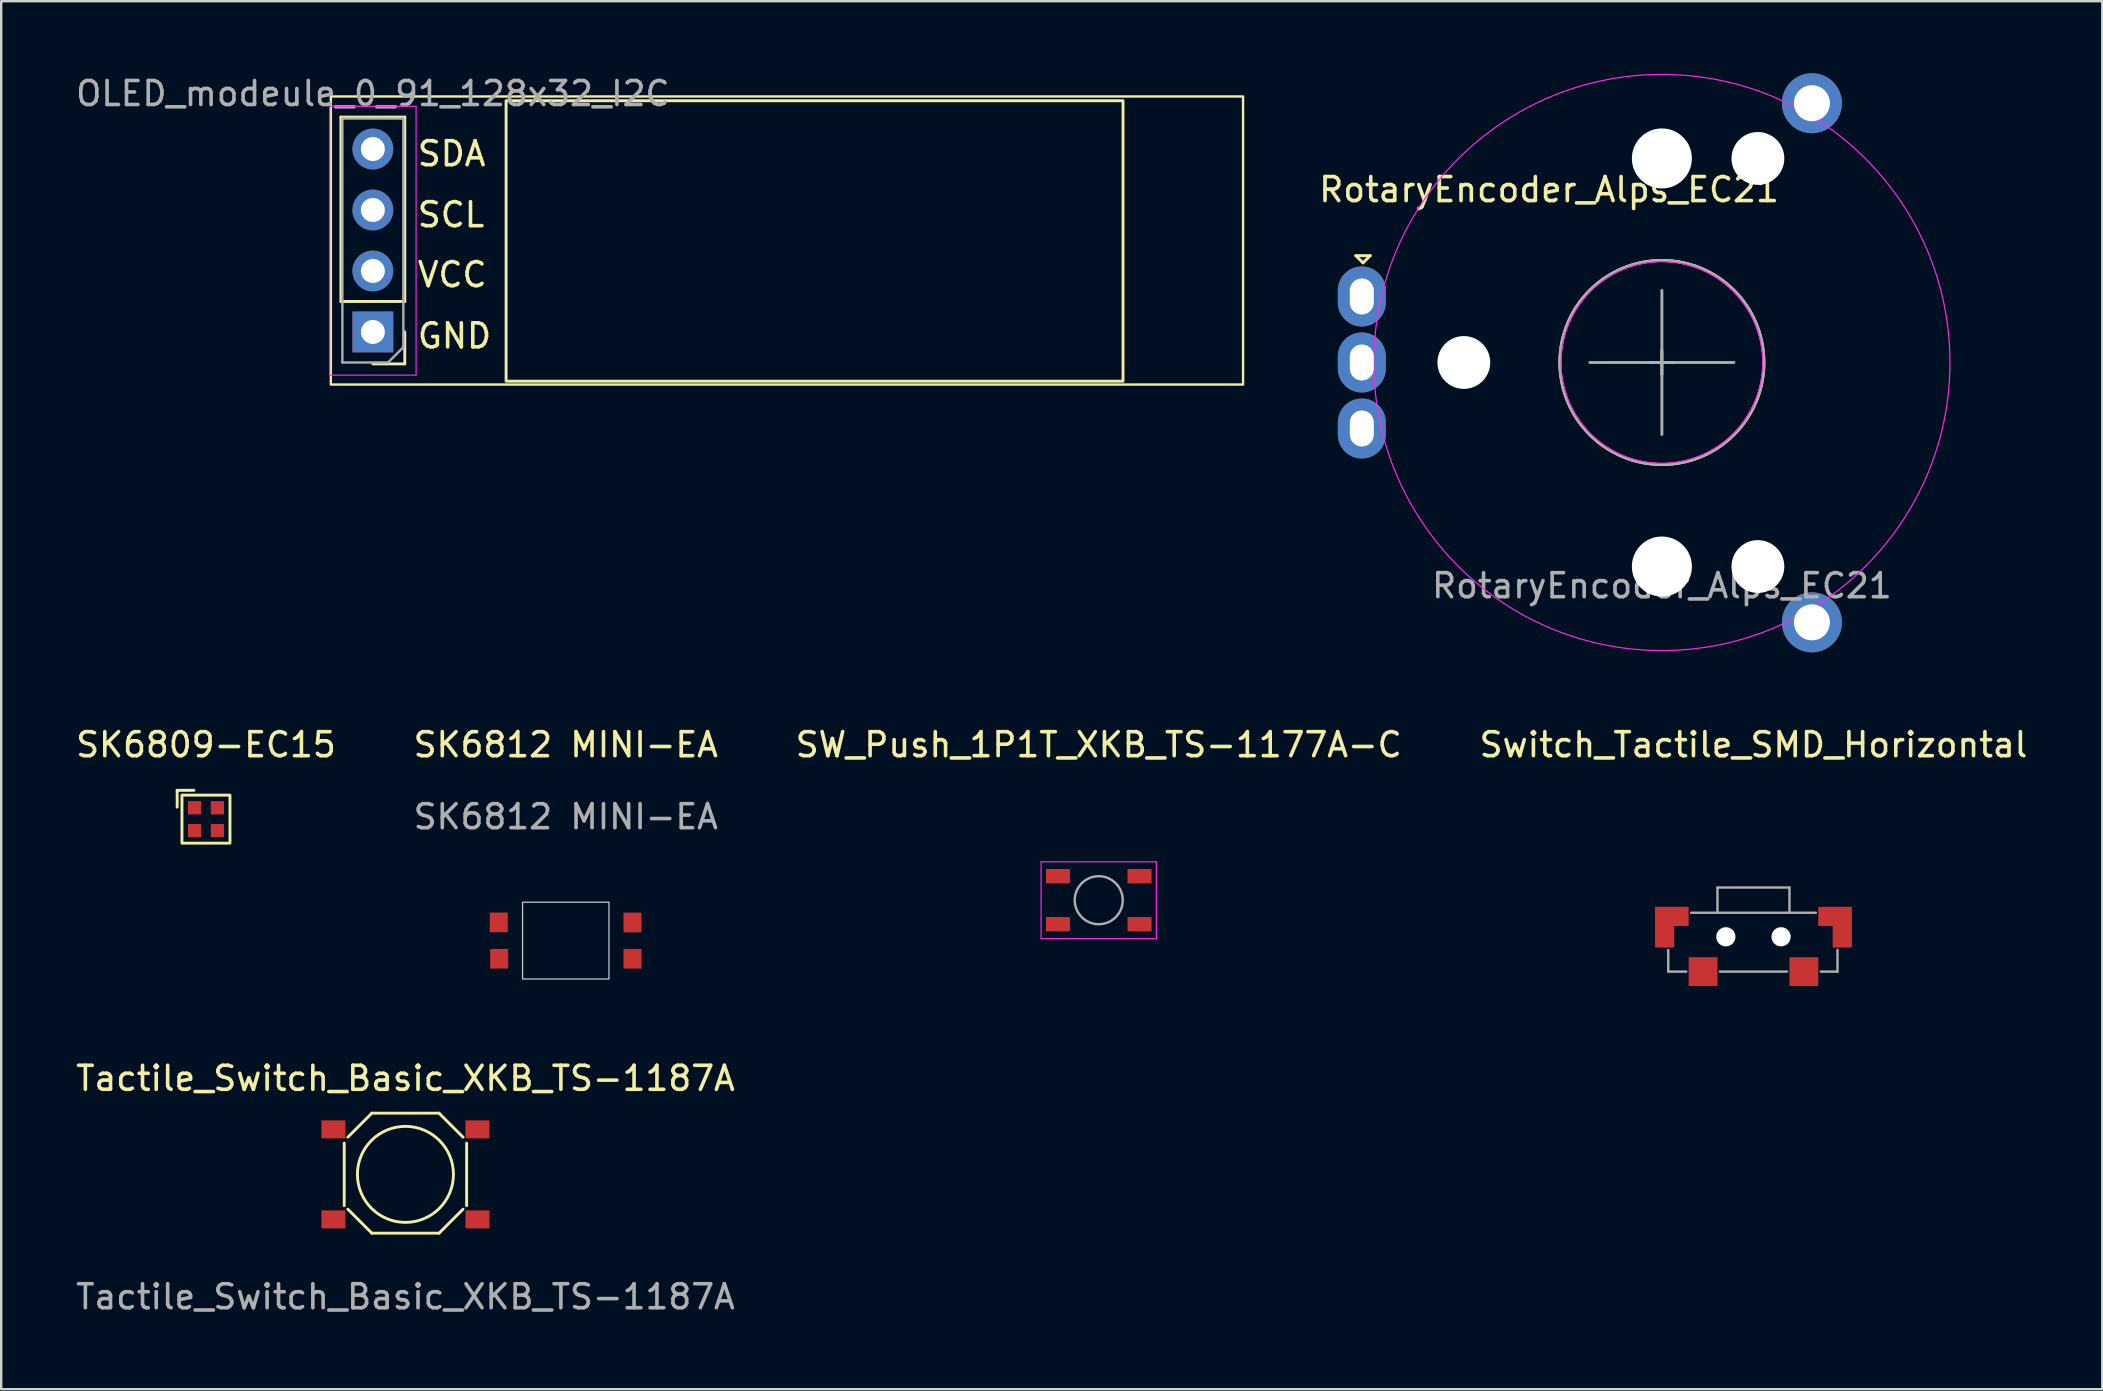
<source format=kicad_pcb>
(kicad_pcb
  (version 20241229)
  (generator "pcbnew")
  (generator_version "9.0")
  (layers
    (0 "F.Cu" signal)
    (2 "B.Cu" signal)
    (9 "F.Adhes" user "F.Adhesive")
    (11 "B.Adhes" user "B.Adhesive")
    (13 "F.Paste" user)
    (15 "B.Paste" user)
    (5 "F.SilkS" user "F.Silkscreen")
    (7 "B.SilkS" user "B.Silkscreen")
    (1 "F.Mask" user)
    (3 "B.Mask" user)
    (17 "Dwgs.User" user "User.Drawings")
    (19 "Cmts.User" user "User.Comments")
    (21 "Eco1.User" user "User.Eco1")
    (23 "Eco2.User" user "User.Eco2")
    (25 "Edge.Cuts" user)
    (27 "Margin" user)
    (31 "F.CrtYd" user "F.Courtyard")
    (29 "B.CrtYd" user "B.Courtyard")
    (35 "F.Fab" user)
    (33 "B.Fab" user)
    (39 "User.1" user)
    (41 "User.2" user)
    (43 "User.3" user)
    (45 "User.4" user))
  (footprint "OLED_modeule_0_91_128x32_I2C"
    (layer "F.Cu")
    (at 12.482 3.178)
    (property "Reference" "OLED_modeule_0_91_128x32_I2C" (at 0 -2.33 180) (layer "F.Fab") (effects (font (size 1 1) (thickness 0.15))))
    (attr through_hole)
    (fp_line (start -1.33 6.33) (end -1.33 -1.35) (stroke (width 0.12) (type solid)) (layer "F.SilkS"))
    (fp_line (start 1.33 -1.35) (end -1.33 -1.35) (stroke (width 0.12) (type solid)) (layer "F.SilkS"))
    (fp_line (start 1.33 6.33) (end -1.33 6.33) (stroke (width 0.12) (type solid)) (layer "F.SilkS"))
    (fp_line (start 1.33 6.33) (end 1.33 -1.35) (stroke (width 0.12) (type solid)) (layer "F.SilkS"))
    (fp_line (start 1.33 7.6) (end 1.33 8.93) (stroke (width 0.12) (type solid)) (layer "F.SilkS"))
    (fp_line (start 1.33 8.93) (end 0 8.93) (stroke (width 0.12) (type solid)) (layer "F.SilkS"))
    (fp_rect (start -1.75 -2.21) (end 36.25 9.79) (stroke (width 0.1) (type default)) (fill no) (layer "F.SilkS"))
    (fp_rect (start 5.55 -2.032) (end 31.25 9.652) (stroke (width 0.12) (type default)) (fill no) (layer "F.SilkS"))
    (fp_line (start -1.8 -1.8) (end -1.8 9.4) (stroke (width 0.05) (type solid)) (layer "F.CrtYd"))
    (fp_line (start -1.8 9.4) (end 1.8 9.4) (stroke (width 0.05) (type solid)) (layer "F.CrtYd"))
    (fp_line (start 1.8 -1.8) (end -1.8 -1.8) (stroke (width 0.05) (type solid)) (layer "F.CrtYd"))
    (fp_line (start 1.8 9.4) (end 1.8 -1.8) (stroke (width 0.05) (type solid)) (layer "F.CrtYd"))
    (fp_line (start -1.27 -1.29) (end 1.27 -1.29) (stroke (width 0.1) (type solid)) (layer "F.Fab"))
    (fp_line (start -1.27 8.87) (end -1.27 -1.29) (stroke (width 0.1) (type solid)) (layer "F.Fab"))
    (fp_line (start 0.635 8.87) (end -1.27 8.87) (stroke (width 0.1) (type solid)) (layer "F.Fab"))
    (fp_line (start 1.27 -1.29) (end 1.27 8.235) (stroke (width 0.1) (type solid)) (layer "F.Fab"))
    (fp_line (start 1.27 8.235) (end 0.635 8.87) (stroke (width 0.1) (type solid)) (layer "F.Fab"))
    (fp_text user "VCC" (at 1.778 5.8 0) (unlocked yes) (layer "F.SilkS") (effects (font (size 1 1) (thickness 0.15)) (justify left bottom)))
    (fp_text user "GND" (at 1.778 8.35 0) (unlocked yes) (layer "F.SilkS") (effects (font (size 1 1) (thickness 0.15)) (justify left bottom)))
    (fp_text user "SCL" (at 1.778 3.302 0) (unlocked yes) (layer "F.SilkS") (effects (font (size 1 1) (thickness 0.15)) (justify left bottom)))
    (fp_text user "SDA" (at 1.778 0.762 0) (unlocked yes) (layer "F.SilkS") (effects (font (size 1 1) (thickness 0.15)) (justify left bottom)))
    (pad "1" thru_hole rect (at 0 7.6 180) (size 1.7 1.7) (drill 1) (layers "*.Cu" "*.Mask"))
    (pad "2" thru_hole oval (at 0 5.06 180) (size 1.7 1.7) (drill 1) (layers "*.Cu" "*.Mask"))
    (pad "3" thru_hole oval (at 0 2.52 180) (size 1.7 1.7) (drill 1) (layers "*.Cu" "*.Mask"))
    (pad "4" thru_hole oval (at 0 -0.02 180) (size 1.7 1.7) (drill 1) (layers "*.Cu" "*.Mask")))
  (footprint "SW_Push_1P1T_XKB_TS-1177A-C"
    (layer "F.Cu")
    (at 42.72 34.45)
    (property "Reference" "SW_Push_1P1T_XKB_TS-1177A-C" (at 0 -6.477 0) (layer "F.SilkS") (effects (font (size 1 1) (thickness 0.15))))
    (attr smd)
    (fp_line (start -2.4 -1.6) (end 2.4 -1.6) (stroke (width 0.05) (type solid)) (layer "F.CrtYd"))
    (fp_line (start -2.4 1.6) (end -2.4 -1.6) (stroke (width 0.05) (type solid)) (layer "F.CrtYd"))
    (fp_line (start -2.4 1.6) (end 2.4 1.6) (stroke (width 0.05) (type solid)) (layer "F.CrtYd"))
    (fp_line (start 2.4 -1.6) (end 2.4 1.6) (stroke (width 0.05) (type solid)) (layer "F.CrtYd"))
    (fp_circle (center 0 0) (end 1 0) (stroke (width 0.1) (type solid)) (fill no) (layer "F.Fab"))
    (pad "1" smd rect (at -1.7 -1) (size 1 0.6) (layers "F.Cu" "F.Mask" "F.Paste"))
    (pad "1" smd rect (at 1.7 -1) (size 1 0.6) (layers "F.Cu" "F.Mask" "F.Paste"))
    (pad "2" smd rect (at -1.7 1) (size 1 0.6) (layers "F.Cu" "F.Mask" "F.Paste"))
    (pad "2" smd rect (at 1.7 1) (size 1 0.6) (layers "F.Cu" "F.Mask" "F.Paste")))
  (footprint "Switch_Tactile_SMD_Horizontal"
    (layer "F.Cu")
    (at 69.994 35.973)
    (property "Reference" "Switch_Tactile_SMD_Horizontal" (at 0 -8 0) (unlocked yes) (layer "F.SilkS") (effects (font (size 1 1) (thickness 0.15))))
    (attr smd)
    (fp_line (start -3.55 1.45) (end -3.55 0.55) (stroke (width 0.1) (type default)) (layer "F.Fab"))
    (fp_line (start -2.8 1.45) (end -3.55 1.45) (stroke (width 0.1) (type default)) (layer "F.Fab"))
    (fp_line (start -2.6 -1) (end 2.6 -1) (stroke (width 0.1) (type default)) (layer "F.Fab"))
    (fp_line (start -1.5 -2.05) (end 1.5 -2.05) (stroke (width 0.1) (type default)) (layer "F.Fab"))
    (fp_line (start -1.5 -1) (end -1.5 -2.05) (stroke (width 0.1) (type default)) (layer "F.Fab"))
    (fp_line (start -1.4 1.45) (end 1.4 1.45) (stroke (width 0.1) (type default)) (layer "F.Fab"))
    (fp_line (start 1.5 -2.05) (end 1.5 -1) (stroke (width 0.1) (type default)) (layer "F.Fab"))
    (fp_line (start 2.8 1.45) (end 3.5 1.45) (stroke (width 0.1) (type default)) (layer "F.Fab"))
    (fp_line (start 3.5 1.45) (end 3.5 0.55) (stroke (width 0.1) (type default)) (layer "F.Fab"))
    (pad "" smd custom (at -3.7 -0.85) (size 0.8 0.8) (layers "F.Cu" "F.Mask" "F.Paste") (options (anchor rect)) (primitives (gr_poly (pts (xy -0.4 -0.4) (xy 1 -0.4) (xy 1 0.4) (xy 0.4 0.4) (xy 0.4 1.3) (xy -0.4 1.3)) (width 0) (fill yes))))
    (pad "" np_thru_hole circle (at -1.15 0) (size 0.8 0.8) (drill 0.8) (layers "*.Cu" "*.Mask"))
    (pad "" np_thru_hole circle (at 1.15 0) (size 0.8 0.8) (drill 0.8) (layers "*.Cu" "*.Mask"))
    (pad "" smd custom (at 3.7 -0.85) (size 0.8 0.8) (layers "F.Cu" "F.Mask" "F.Paste") (options (anchor rect)) (primitives (gr_poly (pts (xy 0.4 -0.4) (xy -1 -0.4) (xy -1 0.4) (xy -0.4 0.4) (xy -0.4 1.3) (xy 0.4 1.3)) (width 0) (fill yes))))
    (pad "1" smd rect (at -2.1 1.45) (size 1.2 1.2) (layers "F.Cu" "F.Mask" "F.Paste"))
    (pad "2" smd rect (at 2.1 1.45) (size 1.2 1.2) (layers "F.Cu" "F.Mask" "F.Paste")))
  (footprint "RotaryEncoder_Alps_EC21"
    (layer "F.Cu")
    (at 66.179 12.05)
    (property "Reference" "RotaryEncoder_Alps_EC21" (at -4.7 -7.2 0) (layer "F.SilkS") (effects (font (size 1 1) (thickness 0.15))))
    (attr through_hole)
    (fp_line (start -12.75 -4.45) (end -12.15 -4.45) (stroke (width 0.12) (type solid)) (layer "F.SilkS"))
    (fp_line (start -12.45 -4.15) (end -12.75 -4.45) (stroke (width 0.12) (type solid)) (layer "F.SilkS"))
    (fp_line (start -12.15 -4.45) (end -12.45 -4.15) (stroke (width 0.12) (type solid)) (layer "F.SilkS"))
    (fp_line (start -0.5 0) (end 0.5 0) (stroke (width 0.12) (type solid)) (layer "F.SilkS"))
    (fp_line (start 0 -0.5) (end 0 0.5) (stroke (width 0.12) (type solid)) (layer "F.SilkS"))
    (fp_circle (center 0 0) (end 4.25 0) (stroke (width 0.12) (type solid)) (fill no) (layer "F.SilkS"))
    (fp_circle (center 0 0) (end 4.2 0) (stroke (width 0.05) (type default)) (fill no) (layer "F.CrtYd"))
    (fp_circle (center 0 0) (end 12 0) (stroke (width 0.05) (type default)) (fill no) (layer "F.CrtYd"))
    (fp_line (start -3 0) (end 3 0) (stroke (width 0.12) (type solid)) (layer "F.Fab"))
    (fp_line (start 0 -3) (end 0 3) (stroke (width 0.12) (type solid)) (layer "F.Fab"))
    (fp_circle (center 0 0) (end 4.25 0) (stroke (width 0.12) (type solid)) (fill no) (layer "F.Fab"))
    (fp_text user "${REFERENCE}" (at 0 9.3 0) (layer "F.Fab") (effects (font (size 1 1) (thickness 0.15))))
    (pad "" np_thru_hole circle (at -8.25 0) (size 2.2 2.2) (drill 2.2) (layers "*.Cu" "*.Mask"))
    (pad "" np_thru_hole circle (at 0 -8.5) (size 2.5 2.5) (drill 2.5) (layers "*.Cu" "*.Mask"))
    (pad "" np_thru_hole circle (at 0 8.5) (size 2.5 2.5) (drill 2.5) (layers "*.Cu" "*.Mask"))
    (pad "" np_thru_hole circle (at 4 -8.5) (size 2.2 2.2) (drill 2.2) (layers "*.Cu" "*.Mask"))
    (pad "" np_thru_hole circle (at 4 8.5) (size 2.2 2.2) (drill 2.2) (layers "*.Cu" "*.Mask"))
    (pad "" thru_hole circle (at 6.25 -10.8) (size 2.5 2.5) (drill 1.5) (layers "*.Cu" "*.Mask"))
    (pad "" thru_hole circle (at 6.25 10.825) (size 2.5 2.5) (drill 1.5) (layers "*.Cu" "*.Mask"))
    (pad "A" thru_hole oval (at -12.5 -2.75) (size 2 2.5) (drill oval 1 1.5) (layers "*.Cu" "*.Mask"))
    (pad "B" thru_hole oval (at -12.5 2.75) (size 2 2.5) (drill oval 1 1.5) (layers "*.Cu" "*.Mask"))
    (pad "C" thru_hole oval (at -12.5 0) (size 2 2.5) (drill oval 1 1.5) (layers "*.Cu" "*.Mask")))
  (footprint "SK6812 MINI-EA"
    (layer "F.Cu")
    (at 20.518 36.133)
    (property "Reference" "SK6812 MINI-EA" (at 0 -8.16 0) (unlocked yes) (layer "F.SilkS") (effects (font (size 1 1) (thickness 0.15))))
    (attr smd)
    (fp_rect (start -1.8 -1.6) (end 1.8 1.6) (stroke (width 0.05) (type default)) (fill no) (layer "Edge.Cuts"))
    (fp_text user "${REFERENCE}" (at 0 -5.16 0) (unlocked yes) (layer "F.Fab") (effects (font (size 1 1) (thickness 0.15))))
    (pad "1" smd rect (at -2.775 0.755) (size 0.75 0.82) (layers "F.Cu" "F.Mask" "F.Paste"))
    (pad "2" smd rect (at 2.78 0.755) (size 0.75 0.82) (layers "F.Cu" "F.Mask" "F.Paste"))
    (pad "3" smd rect (at 2.78 -0.755) (size 0.75 0.82) (layers "F.Cu" "F.Mask" "F.Paste"))
    (pad "4" smd rect (at -2.79 -0.76) (size 0.75 0.82) (layers "F.Cu" "F.Mask" "F.Paste")))
  (footprint "Tactile_Switch_Basic_XKB_TS-1187A"
    (layer "F.Cu")
    (at 13.839 45.871)
    (property "Reference" "Tactile_Switch_Basic_XKB_TS-1187A" (at 0 -4 0) (unlocked yes) (layer "F.SilkS") (effects (font (size 1 1) (thickness 0.15))))
    (attr smd)
    (fp_line (start -2.55 -1.3) (end -2.55 1.3) (stroke (width 0.12) (type default)) (layer "F.SilkS"))
    (fp_line (start -2.4 -1.55) (end -1.4 -2.55) (stroke (width 0.12) (type default)) (layer "F.SilkS"))
    (fp_line (start -2.4 1.45) (end -1.4 2.45) (stroke (width 0.12) (type default)) (layer "F.SilkS"))
    (fp_line (start -1.4 -2.55) (end 1.4 -2.55) (stroke (width 0.12) (type default)) (layer "F.SilkS"))
    (fp_line (start -1.4 2.45) (end 1.4 2.45) (stroke (width 0.12) (type default)) (layer "F.SilkS"))
    (fp_line (start 1.4 -2.55) (end 2.4 -1.55) (stroke (width 0.12) (type default)) (layer "F.SilkS"))
    (fp_line (start 1.4 2.45) (end 2.4 1.45) (stroke (width 0.12) (type default)) (layer "F.SilkS"))
    (fp_line (start 2.55 -1.3) (end 2.55 1.3) (stroke (width 0.12) (type default)) (layer "F.SilkS"))
    (fp_circle (center 0 0) (end 2 0) (stroke (width 0.12) (type default)) (fill no) (layer "F.SilkS"))
    (fp_text user "${REFERENCE}" (at 0 5.1 0) (unlocked yes) (layer "F.Fab") (effects (font (size 1 1) (thickness 0.15))))
    (pad "1" smd rect (at -3 -1.875) (size 1 0.75) (layers "F.Cu" "F.Mask" "F.Paste"))
    (pad "1" smd rect (at 3 -1.875) (size 1 0.75) (layers "F.Cu" "F.Mask" "F.Paste"))
    (pad "2" smd rect (at -3 1.875) (size 1 0.75) (layers "F.Cu" "F.Mask" "F.Paste"))
    (pad "2" smd rect (at 3 1.875) (size 1 0.75) (layers "F.Cu" "F.Mask" "F.Paste")))
  (footprint "SK6809-EC15"
    (layer "F.Cu")
    (at 5.53 31.073)
    (property "Reference" "SK6809-EC15" (at 0 -3.1 0) (unlocked yes) (layer "F.SilkS") (effects (font (size 1 1) (thickness 0.15))))
    (attr smd)
    (fp_line (start -1.2 -1.2) (end -1.2 -0.5) (stroke (width 0.12) (type default)) (layer "F.SilkS"))
    (fp_line (start -0.5 -1.2) (end -1.2 -1.2) (stroke (width 0.12) (type default)) (layer "F.SilkS"))
    (fp_rect (start -1 -1) (end 1 1) (stroke (width 0.12) (type default)) (fill no) (layer "F.SilkS"))
    (pad "1" smd rect (at -0.475 0.475) (size 0.55 0.55) (layers "F.Cu" "F.Mask" "F.Paste"))
    (pad "2" smd rect (at 0.475 0.475) (size 0.55 0.55) (layers "F.Cu" "F.Mask" "F.Paste"))
    (pad "3" smd rect (at 0.475 -0.475) (size 0.55 0.55) (layers "F.Cu" "F.Mask" "F.Paste"))
    (pad "4" smd rect (at -0.475 -0.475) (size 0.55 0.55) (layers "F.Cu" "F.Mask" "F.Paste")))
  (gr_rect
    (start -3 -3)
    (end 84.524 54.82)
    (stroke (width 0.1) (type default))
    (fill no)
    (layer "Edge.Cuts")))
</source>
